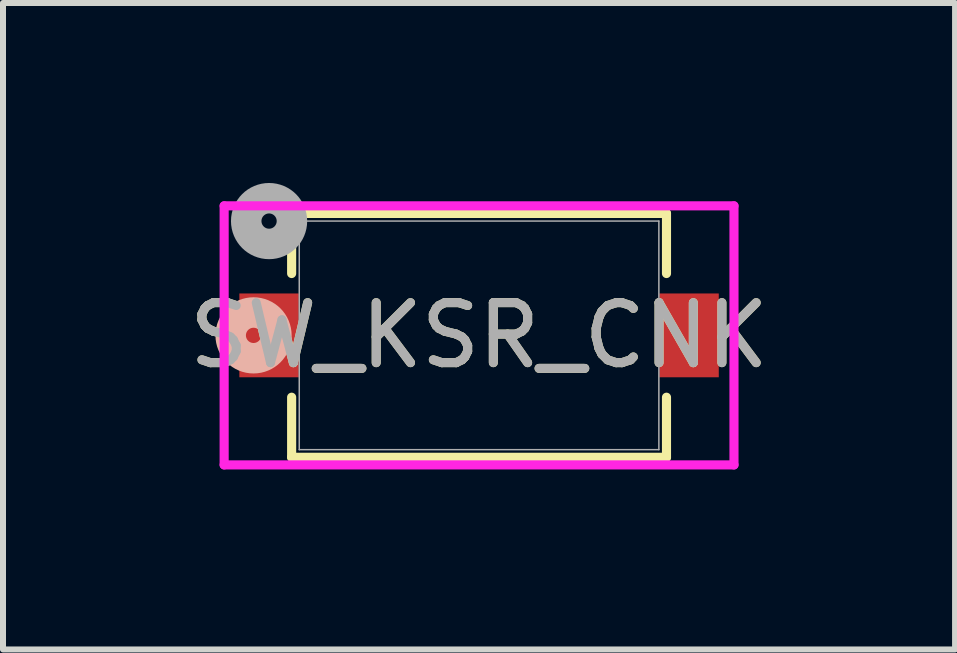
<source format=kicad_pcb>
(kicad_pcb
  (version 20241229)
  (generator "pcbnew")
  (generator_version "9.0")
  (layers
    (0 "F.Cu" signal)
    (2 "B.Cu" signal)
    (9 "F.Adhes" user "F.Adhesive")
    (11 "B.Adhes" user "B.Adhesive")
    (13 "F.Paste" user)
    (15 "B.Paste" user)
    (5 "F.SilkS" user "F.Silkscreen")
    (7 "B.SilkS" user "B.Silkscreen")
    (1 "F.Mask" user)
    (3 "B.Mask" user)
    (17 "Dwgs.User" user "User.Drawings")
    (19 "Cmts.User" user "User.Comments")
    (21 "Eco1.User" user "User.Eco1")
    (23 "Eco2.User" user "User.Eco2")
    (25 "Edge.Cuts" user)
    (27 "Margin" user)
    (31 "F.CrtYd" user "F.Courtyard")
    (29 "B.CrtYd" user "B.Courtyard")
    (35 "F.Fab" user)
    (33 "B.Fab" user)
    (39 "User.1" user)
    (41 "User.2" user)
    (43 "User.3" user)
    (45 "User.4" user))
  (footprint "SW_KSR_CNK"
    (layer "F.Cu")
    (at 4.935 2.54)
    (property "Reference" "SW_KSR_CNK" (at 0 0 0) (unlocked yes) (layer "F.SilkS") (effects (font (size 1 1) (thickness 0.15))))
    (attr smd)
    (fp_line (start -3.124 -2.032) (end -3.124 -1.031) (stroke (width 0.152) (type solid)) (layer "F.SilkS"))
    (fp_line (start -3.124 1.031) (end -3.124 2.032) (stroke (width 0.152) (type solid)) (layer "F.SilkS"))
    (fp_line (start -3.124 2.032) (end 3.124 2.032) (stroke (width 0.152) (type solid)) (layer "F.SilkS"))
    (fp_line (start 3.124 -2.032) (end -3.124 -2.032) (stroke (width 0.152) (type solid)) (layer "F.SilkS"))
    (fp_line (start 3.124 -1.031) (end 3.124 -2.032) (stroke (width 0.152) (type solid)) (layer "F.SilkS"))
    (fp_line (start 3.124 2.032) (end 3.124 1.031) (stroke (width 0.152) (type solid)) (layer "F.SilkS"))
    (fp_circle (center -3.759 0) (end -3.378 0) (stroke (width 0.508) (type solid)) (fill no) (layer "B.SilkS"))
    (fp_line (start -4.249 -2.159) (end -4.249 2.159) (stroke (width 0.152) (type solid)) (layer "F.CrtYd"))
    (fp_line (start -4.249 2.159) (end 4.249 2.159) (stroke (width 0.152) (type solid)) (layer "F.CrtYd"))
    (fp_line (start 4.249 -2.159) (end -4.249 -2.159) (stroke (width 0.152) (type solid)) (layer "F.CrtYd"))
    (fp_line (start 4.249 2.159) (end 4.249 -2.159) (stroke (width 0.152) (type solid)) (layer "F.CrtYd"))
    (fp_line (start -2.997 -1.905) (end -2.997 1.905) (stroke (width 0.025) (type solid)) (layer "F.Fab"))
    (fp_line (start -2.997 1.905) (end 2.997 1.905) (stroke (width 0.025) (type solid)) (layer "F.Fab"))
    (fp_line (start 2.997 -1.905) (end -2.997 -1.905) (stroke (width 0.025) (type solid)) (layer "F.Fab"))
    (fp_line (start 2.997 1.905) (end 2.997 -1.905) (stroke (width 0.025) (type solid)) (layer "F.Fab"))
    (fp_circle (center -3.5 -1.905) (end -3.119 -1.905) (stroke (width 0.508) (type solid)) (fill no) (layer "F.Fab"))
    (fp_text user "${REFERENCE}" (at 0 0 0) (unlocked yes) (layer "F.Fab") (effects (font (size 1 1) (thickness 0.15))))
    (pad "1" smd rect (at -3.5 0) (size 0.991 1.397) (layers "F.Cu" "F.Mask" "F.Paste"))
    (pad "2" smd rect (at 3.5 0) (size 0.991 1.397) (layers "F.Cu" "F.Mask" "F.Paste")))
  (gr_rect
    (start -3 -3)
    (end 12.869 7.775)
    (stroke (width 0.1) (type default))
    (fill no)
    (layer "Edge.Cuts")))
</source>
